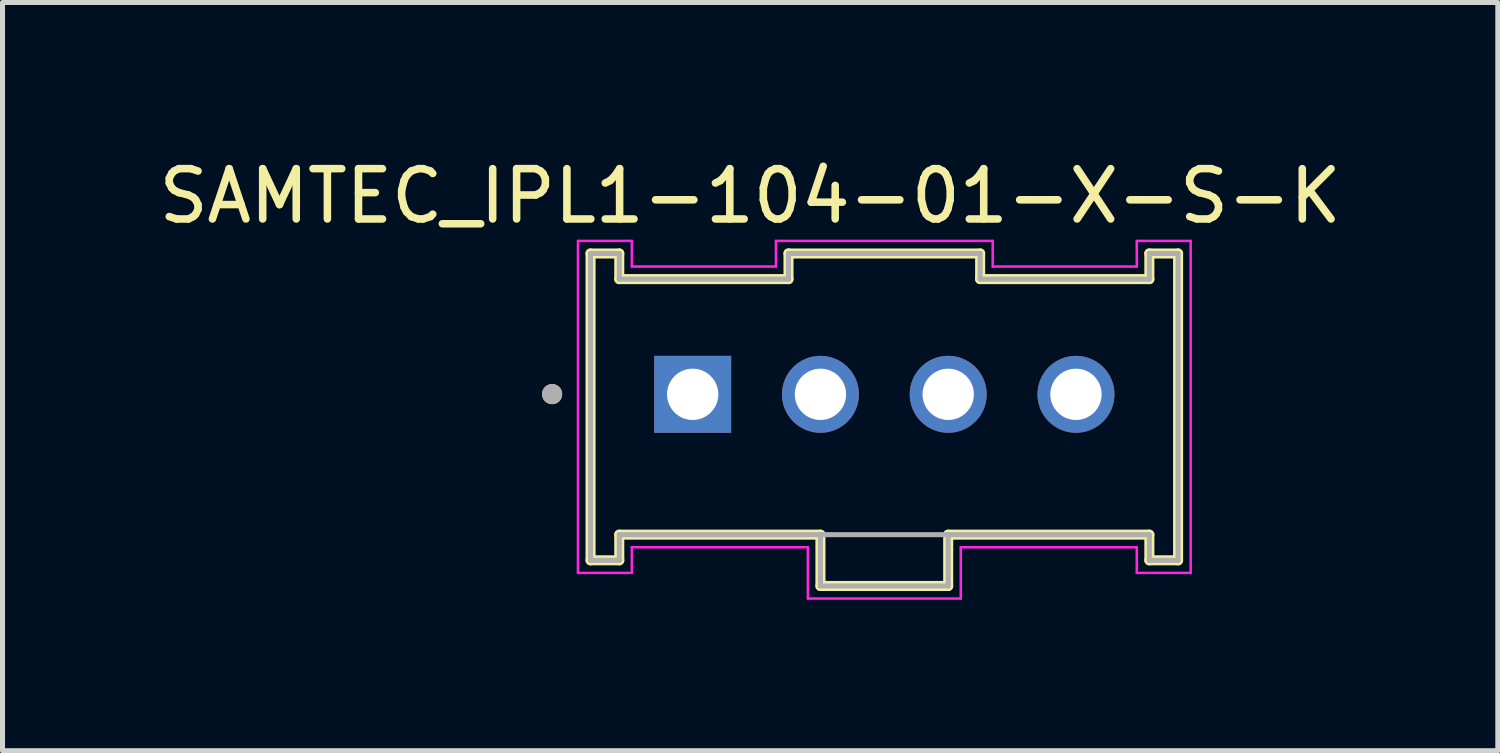
<source format=kicad_pcb>
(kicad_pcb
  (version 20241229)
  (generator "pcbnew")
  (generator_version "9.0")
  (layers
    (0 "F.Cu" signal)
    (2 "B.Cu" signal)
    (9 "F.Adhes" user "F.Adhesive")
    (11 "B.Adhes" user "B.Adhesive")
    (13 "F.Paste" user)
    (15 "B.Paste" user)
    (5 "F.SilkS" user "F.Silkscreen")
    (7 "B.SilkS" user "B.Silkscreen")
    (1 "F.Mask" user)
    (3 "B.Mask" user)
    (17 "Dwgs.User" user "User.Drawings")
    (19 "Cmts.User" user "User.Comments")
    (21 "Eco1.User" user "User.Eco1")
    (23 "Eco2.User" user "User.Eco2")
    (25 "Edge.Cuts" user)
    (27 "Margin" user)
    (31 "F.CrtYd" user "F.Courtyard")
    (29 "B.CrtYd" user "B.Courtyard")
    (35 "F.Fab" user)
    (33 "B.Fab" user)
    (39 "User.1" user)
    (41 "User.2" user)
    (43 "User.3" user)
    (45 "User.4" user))
  (footprint "SAMTEC_IPL1-104-01-X-S-K"
    (layer "F.Cu")
    (at 14.53 4.789)
    (property "Reference" "SAMTEC_IPL1-104-01-X-S-K" (at -2.667 -3.941 0) (layer "F.SilkS") (effects (font (size 1 1) (thickness 0.15))))
    (attr through_hole)
    (fp_line (start -5.84 -2.8) (end -5.84 3.3) (stroke (width 0.2) (type solid)) (layer "F.SilkS"))
    (fp_line (start -5.84 3.3) (end -5.269 3.3) (stroke (width 0.2) (type solid)) (layer "F.SilkS"))
    (fp_line (start -5.269 -2.8) (end -5.84 -2.8) (stroke (width 0.2) (type solid)) (layer "F.SilkS"))
    (fp_line (start -5.269 -2.29) (end -5.269 -2.8) (stroke (width 0.2) (type solid)) (layer "F.SilkS"))
    (fp_line (start -5.269 2.79) (end -1.27 2.79) (stroke (width 0.2) (type solid)) (layer "F.SilkS"))
    (fp_line (start -5.269 3.3) (end -5.269 2.79) (stroke (width 0.2) (type solid)) (layer "F.SilkS"))
    (fp_line (start -1.905 -2.8) (end -1.905 -2.29) (stroke (width 0.2) (type solid)) (layer "F.SilkS"))
    (fp_line (start -1.905 -2.29) (end -5.269 -2.29) (stroke (width 0.2) (type solid)) (layer "F.SilkS"))
    (fp_line (start -1.27 2.79) (end -1.27 3.81) (stroke (width 0.2) (type solid)) (layer "F.SilkS"))
    (fp_line (start -1.27 3.81) (end 1.27 3.81) (stroke (width 0.2) (type solid)) (layer "F.SilkS"))
    (fp_line (start 1.27 2.79) (end 5.269 2.79) (stroke (width 0.2) (type solid)) (layer "F.SilkS"))
    (fp_line (start 1.27 3.81) (end 1.27 2.79) (stroke (width 0.2) (type solid)) (layer "F.SilkS"))
    (fp_line (start 1.905 -2.8) (end -1.905 -2.8) (stroke (width 0.2) (type solid)) (layer "F.SilkS"))
    (fp_line (start 1.905 -2.29) (end 1.905 -2.8) (stroke (width 0.2) (type solid)) (layer "F.SilkS"))
    (fp_line (start 5.269 -2.8) (end 5.269 -2.29) (stroke (width 0.2) (type solid)) (layer "F.SilkS"))
    (fp_line (start 5.269 -2.29) (end 1.905 -2.29) (stroke (width 0.2) (type solid)) (layer "F.SilkS"))
    (fp_line (start 5.269 2.79) (end 5.269 3.3) (stroke (width 0.2) (type solid)) (layer "F.SilkS"))
    (fp_line (start 5.269 3.3) (end 5.84 3.3) (stroke (width 0.2) (type solid)) (layer "F.SilkS"))
    (fp_line (start 5.84 -2.8) (end 5.269 -2.8) (stroke (width 0.2) (type solid)) (layer "F.SilkS"))
    (fp_line (start 5.84 3.3) (end 5.84 -2.8) (stroke (width 0.2) (type solid)) (layer "F.SilkS"))
    (fp_circle (center -6.604 -0.004) (end -6.504 -0.004) (stroke (width 0.2) (type solid)) (fill no) (layer "F.SilkS"))
    (fp_line (start -6.09 -3.05) (end -5.019 -3.05) (stroke (width 0.05) (type solid)) (layer "F.CrtYd"))
    (fp_line (start -6.09 3.55) (end -6.09 -3.05) (stroke (width 0.05) (type solid)) (layer "F.CrtYd"))
    (fp_line (start -5.019 -3.05) (end -5.019 -2.54) (stroke (width 0.05) (type solid)) (layer "F.CrtYd"))
    (fp_line (start -5.019 -2.54) (end -2.155 -2.54) (stroke (width 0.05) (type solid)) (layer "F.CrtYd"))
    (fp_line (start -5.019 3.04) (end -5.019 3.55) (stroke (width 0.05) (type solid)) (layer "F.CrtYd"))
    (fp_line (start -5.019 3.55) (end -6.09 3.55) (stroke (width 0.05) (type solid)) (layer "F.CrtYd"))
    (fp_line (start -2.155 -3.05) (end 2.155 -3.05) (stroke (width 0.05) (type solid)) (layer "F.CrtYd"))
    (fp_line (start -2.155 -2.54) (end -2.155 -3.05) (stroke (width 0.05) (type solid)) (layer "F.CrtYd"))
    (fp_line (start -1.52 3.04) (end -5.019 3.04) (stroke (width 0.05) (type solid)) (layer "F.CrtYd"))
    (fp_line (start -1.52 4.06) (end -1.52 3.04) (stroke (width 0.05) (type solid)) (layer "F.CrtYd"))
    (fp_line (start 1.52 3.04) (end 1.52 4.06) (stroke (width 0.05) (type solid)) (layer "F.CrtYd"))
    (fp_line (start 1.52 4.06) (end -1.52 4.06) (stroke (width 0.05) (type solid)) (layer "F.CrtYd"))
    (fp_line (start 2.155 -3.05) (end 2.155 -2.54) (stroke (width 0.05) (type solid)) (layer "F.CrtYd"))
    (fp_line (start 2.155 -2.54) (end 5.019 -2.54) (stroke (width 0.05) (type solid)) (layer "F.CrtYd"))
    (fp_line (start 5.019 -3.05) (end 6.09 -3.05) (stroke (width 0.05) (type solid)) (layer "F.CrtYd"))
    (fp_line (start 5.019 -2.54) (end 5.019 -3.05) (stroke (width 0.05) (type solid)) (layer "F.CrtYd"))
    (fp_line (start 5.019 3.04) (end 1.52 3.04) (stroke (width 0.05) (type solid)) (layer "F.CrtYd"))
    (fp_line (start 5.019 3.55) (end 5.019 3.04) (stroke (width 0.05) (type solid)) (layer "F.CrtYd"))
    (fp_line (start 6.09 -3.05) (end 6.09 3.55) (stroke (width 0.05) (type solid)) (layer "F.CrtYd"))
    (fp_line (start 6.09 3.55) (end 5.019 3.55) (stroke (width 0.05) (type solid)) (layer "F.CrtYd"))
    (fp_line (start -5.84 -2.8) (end -5.84 3.3) (stroke (width 0.1) (type solid)) (layer "F.Fab"))
    (fp_line (start -5.84 3.3) (end -5.269 3.3) (stroke (width 0.1) (type solid)) (layer "F.Fab"))
    (fp_line (start -5.269 -2.8) (end -5.84 -2.8) (stroke (width 0.1) (type solid)) (layer "F.Fab"))
    (fp_line (start -5.269 -2.29) (end -5.269 -2.8) (stroke (width 0.1) (type solid)) (layer "F.Fab"))
    (fp_line (start -5.269 2.79) (end -1.27 2.79) (stroke (width 0.1) (type solid)) (layer "F.Fab"))
    (fp_line (start -5.269 3.3) (end -5.269 2.79) (stroke (width 0.1) (type solid)) (layer "F.Fab"))
    (fp_line (start -1.905 -2.8) (end -1.905 -2.29) (stroke (width 0.1) (type solid)) (layer "F.Fab"))
    (fp_line (start -1.905 -2.29) (end -5.269 -2.29) (stroke (width 0.1) (type solid)) (layer "F.Fab"))
    (fp_line (start -1.27 2.79) (end -1.27 3.81) (stroke (width 0.1) (type solid)) (layer "F.Fab"))
    (fp_line (start -1.27 2.79) (end 1.27 2.79) (stroke (width 0.1) (type solid)) (layer "F.Fab"))
    (fp_line (start -1.27 3.81) (end 1.27 3.81) (stroke (width 0.1) (type solid)) (layer "F.Fab"))
    (fp_line (start 1.27 2.79) (end 5.269 2.79) (stroke (width 0.1) (type solid)) (layer "F.Fab"))
    (fp_line (start 1.27 3.81) (end 1.27 2.79) (stroke (width 0.1) (type solid)) (layer "F.Fab"))
    (fp_line (start 1.905 -2.8) (end -1.905 -2.8) (stroke (width 0.1) (type solid)) (layer "F.Fab"))
    (fp_line (start 1.905 -2.29) (end 1.905 -2.8) (stroke (width 0.1) (type solid)) (layer "F.Fab"))
    (fp_line (start 5.269 -2.8) (end 5.269 -2.29) (stroke (width 0.1) (type solid)) (layer "F.Fab"))
    (fp_line (start 5.269 -2.29) (end 1.905 -2.29) (stroke (width 0.1) (type solid)) (layer "F.Fab"))
    (fp_line (start 5.269 2.79) (end 5.269 3.3) (stroke (width 0.1) (type solid)) (layer "F.Fab"))
    (fp_line (start 5.269 3.3) (end 5.84 3.3) (stroke (width 0.1) (type solid)) (layer "F.Fab"))
    (fp_line (start 5.84 -2.8) (end 5.269 -2.8) (stroke (width 0.1) (type solid)) (layer "F.Fab"))
    (fp_line (start 5.84 3.3) (end 5.84 -2.8) (stroke (width 0.1) (type solid)) (layer "F.Fab"))
    (fp_circle (center -6.604 -0.004) (end -6.504 -0.004) (stroke (width 0.2) (type solid)) (fill no) (layer "F.Fab"))
    (pad "01" thru_hole rect (at -3.81 0) (size 1.53 1.53) (drill 1.02) (layers "*.Cu" "*.Mask"))
    (pad "02" thru_hole circle (at -1.27 0) (size 1.53 1.53) (drill 1.02) (layers "*.Cu" "*.Mask"))
    (pad "03" thru_hole circle (at 1.27 0) (size 1.53 1.53) (drill 1.02) (layers "*.Cu" "*.Mask"))
    (pad "04" thru_hole circle (at 3.81 0) (size 1.53 1.53) (drill 1.02) (layers "*.Cu" "*.Mask")))
  (gr_rect
    (start -3 -3)
    (end 26.726 11.874)
    (stroke (width 0.1) (type default))
    (fill no)
    (layer "Edge.Cuts")))
</source>
